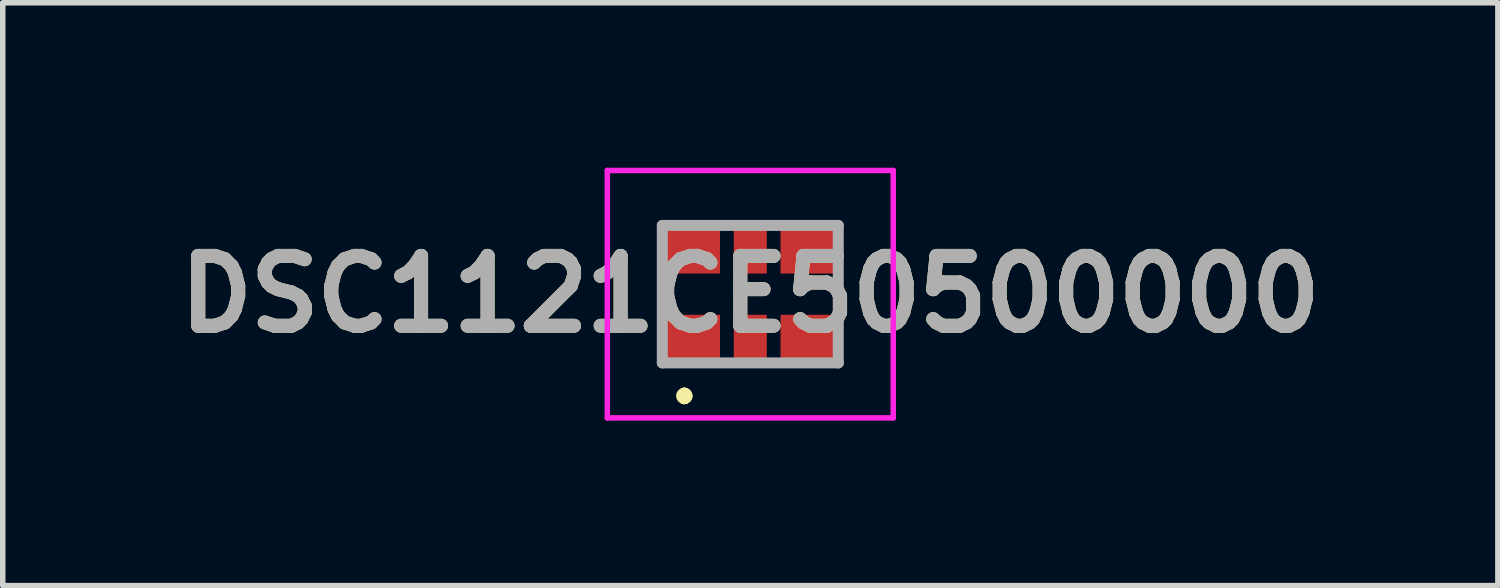
<source format=kicad_pcb>
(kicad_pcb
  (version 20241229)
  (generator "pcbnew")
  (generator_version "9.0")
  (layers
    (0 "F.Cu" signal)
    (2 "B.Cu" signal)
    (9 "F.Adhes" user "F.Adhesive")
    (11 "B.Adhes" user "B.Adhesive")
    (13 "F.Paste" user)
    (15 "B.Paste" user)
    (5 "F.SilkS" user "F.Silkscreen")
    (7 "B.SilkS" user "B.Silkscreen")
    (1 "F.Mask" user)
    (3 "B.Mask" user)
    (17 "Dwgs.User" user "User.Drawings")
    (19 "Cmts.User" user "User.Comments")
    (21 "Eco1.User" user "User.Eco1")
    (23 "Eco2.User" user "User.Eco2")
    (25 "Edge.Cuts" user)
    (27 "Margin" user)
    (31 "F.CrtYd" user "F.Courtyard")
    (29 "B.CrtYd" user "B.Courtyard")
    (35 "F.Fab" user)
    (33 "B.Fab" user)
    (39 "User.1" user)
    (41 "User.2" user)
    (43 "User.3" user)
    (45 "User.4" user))
  (footprint "DSC1121CE50500000"
    (layer "F.Cu")
    (at 10.595 2.3)
    (property "Reference" "DSC1121CE50500000" (at 0 0 0) (layer "F.SilkS") (effects (font (size 1.27 1.27) (thickness 0.254))))
    (attr smd)
    (fp_line (start -1.2 1.8) (end -1.2 1.8) (stroke (width 0.2) (type solid)) (layer "F.SilkS"))
    (fp_line (start -1.2 1.9) (end -1.2 1.9) (stroke (width 0.2) (type solid)) (layer "F.SilkS"))
    (fp_line (start -1.2 1.9) (end -1.2 1.9) (stroke (width 0.2) (type solid)) (layer "F.SilkS"))
    (fp_arc (start -1.2 1.8) (mid -1.15 1.85) (end -1.2 1.9) (stroke (width 0.2) (type solid)) (layer "F.SilkS"))
    (fp_arc (start -1.2 1.8) (mid -1.15 1.85) (end -1.2 1.9) (stroke (width 0.2) (type solid)) (layer "F.SilkS"))
    (fp_arc (start -1.2 1.9) (mid -1.25 1.85) (end -1.2 1.8) (stroke (width 0.2) (type solid)) (layer "F.SilkS"))
    (fp_line (start -2.6 -2.25) (end 2.6 -2.25) (stroke (width 0.1) (type solid)) (layer "F.CrtYd"))
    (fp_line (start -2.6 2.25) (end -2.6 -2.25) (stroke (width 0.1) (type solid)) (layer "F.CrtYd"))
    (fp_line (start 2.6 -2.25) (end 2.6 2.25) (stroke (width 0.1) (type solid)) (layer "F.CrtYd"))
    (fp_line (start 2.6 2.25) (end -2.6 2.25) (stroke (width 0.1) (type solid)) (layer "F.CrtYd"))
    (fp_line (start -1.6 -1.25) (end -1.6 1.25) (stroke (width 0.2) (type solid)) (layer "F.Fab"))
    (fp_line (start -1.6 1.25) (end 1.6 1.25) (stroke (width 0.2) (type solid)) (layer "F.Fab"))
    (fp_line (start 1.6 -1.25) (end -1.6 -1.25) (stroke (width 0.2) (type solid)) (layer "F.Fab"))
    (fp_line (start 1.6 1.25) (end 1.6 -1.25) (stroke (width 0.2) (type solid)) (layer "F.Fab"))
    (fp_text user "${REFERENCE}" (at 0 0 0) (layer "F.Fab") (effects (font (size 1.27 1.27) (thickness 0.254))))
    (pad "1" smd rect (at -1.05 0.8 90) (size 0.85 1) (layers "F.Cu" "F.Mask" "F.Paste"))
    (pad "2" smd rect (at 0 0.8) (size 0.6 0.85) (layers "F.Cu" "F.Mask" "F.Paste"))
    (pad "3" smd rect (at 1.05 0.8 90) (size 0.85 1) (layers "F.Cu" "F.Mask" "F.Paste"))
    (pad "4" smd rect (at 1.05 -0.8 90) (size 0.85 1) (layers "F.Cu" "F.Mask" "F.Paste"))
    (pad "5" smd rect (at 0 -0.8) (size 0.6 0.85) (layers "F.Cu" "F.Mask" "F.Paste"))
    (pad "6" smd rect (at -1.05 -0.8 90) (size 0.85 1) (layers "F.Cu" "F.Mask" "F.Paste")))
  (gr_rect
    (start -3 -3)
    (end 24.191 7.6)
    (stroke (width 0.1) (type default))
    (fill no)
    (layer "Edge.Cuts")))
</source>
